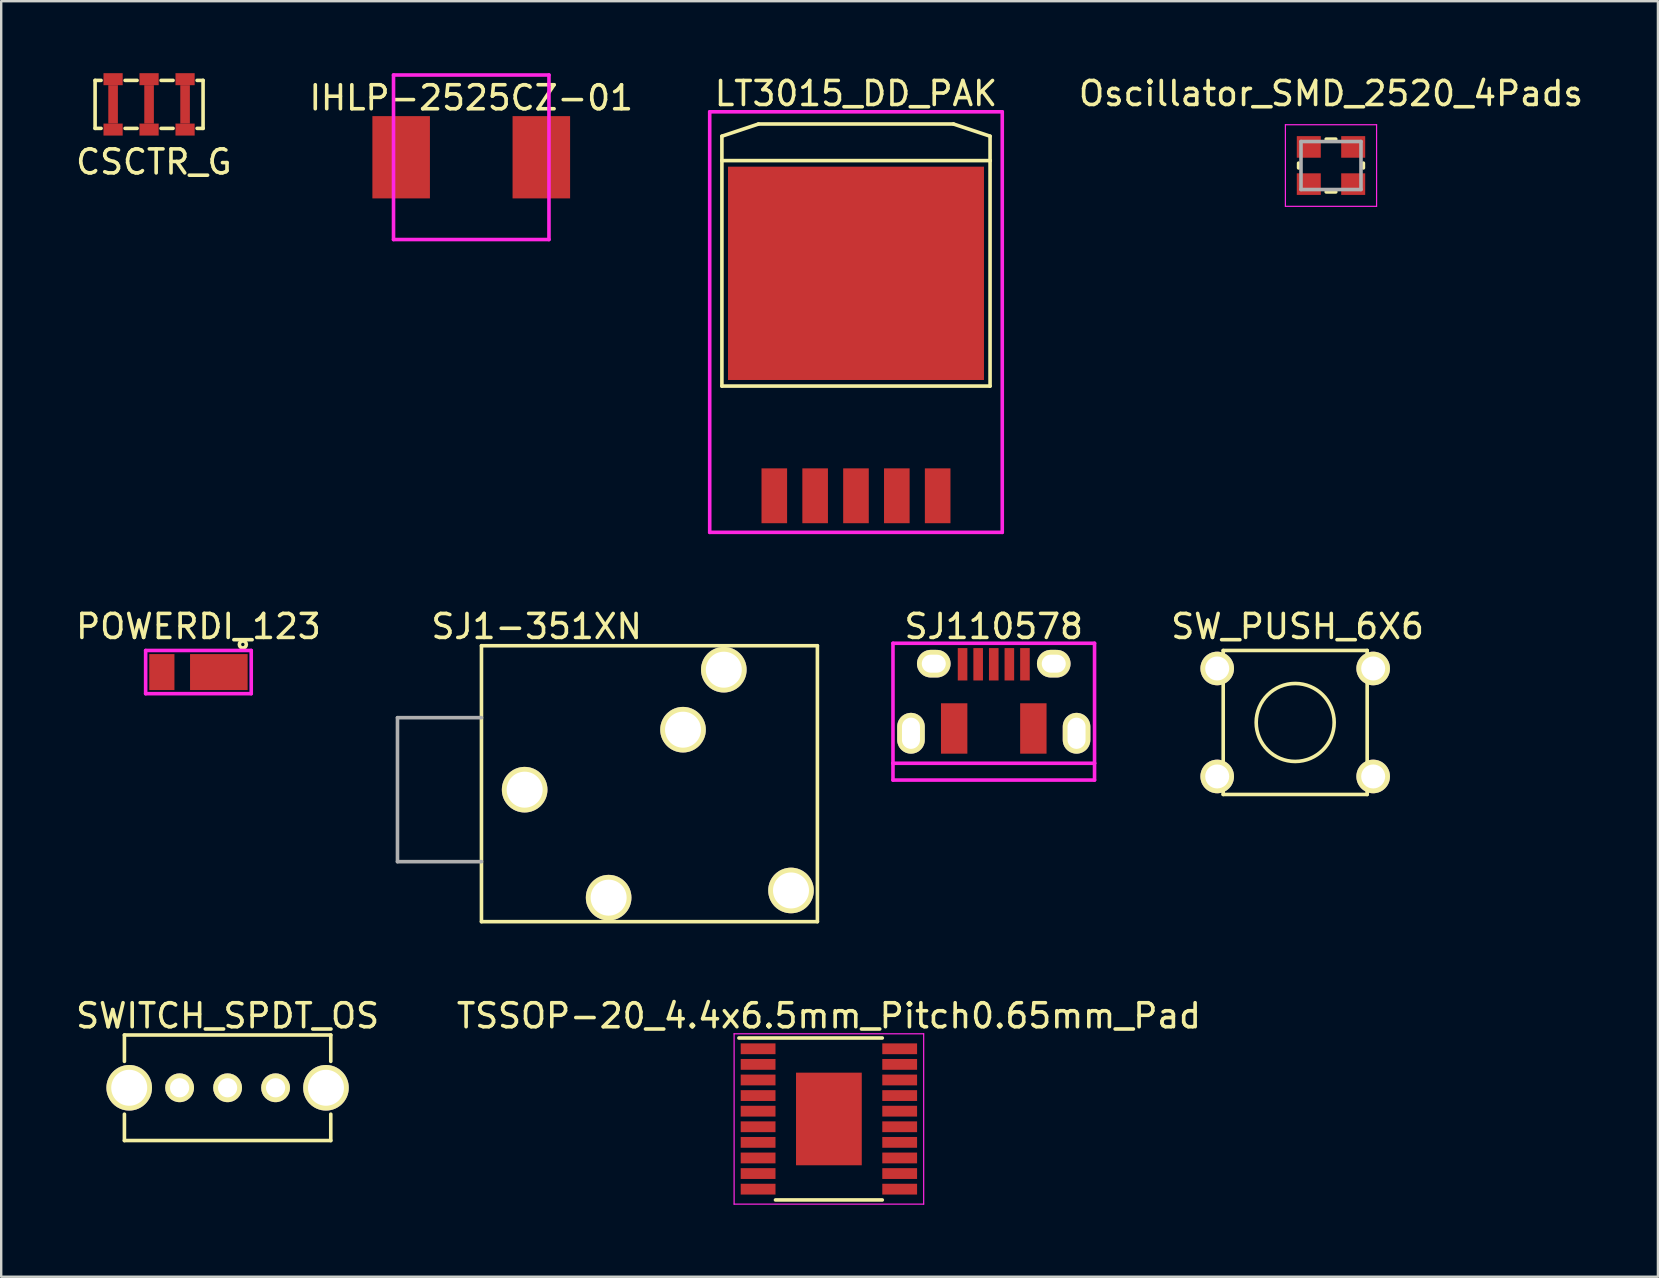
<source format=kicad_pcb>
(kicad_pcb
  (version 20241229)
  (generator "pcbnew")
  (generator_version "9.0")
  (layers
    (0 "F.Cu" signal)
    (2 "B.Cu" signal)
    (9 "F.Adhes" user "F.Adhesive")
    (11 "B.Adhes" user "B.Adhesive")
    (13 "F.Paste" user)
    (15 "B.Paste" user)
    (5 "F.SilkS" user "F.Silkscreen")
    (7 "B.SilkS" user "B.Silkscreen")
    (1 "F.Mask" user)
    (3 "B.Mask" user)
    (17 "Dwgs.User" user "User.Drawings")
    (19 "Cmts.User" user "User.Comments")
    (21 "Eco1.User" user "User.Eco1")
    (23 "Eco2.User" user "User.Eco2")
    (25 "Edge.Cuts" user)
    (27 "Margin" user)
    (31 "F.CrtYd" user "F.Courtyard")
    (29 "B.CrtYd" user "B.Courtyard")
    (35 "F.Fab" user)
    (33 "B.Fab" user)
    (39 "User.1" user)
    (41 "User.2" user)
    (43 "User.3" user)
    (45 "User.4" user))
  (footprint "IHLP-2525CZ-01"
    (layer "F.Cu")
    (at 16.589 3.504)
    (property "Reference" "IHLP-2525CZ-01" (at 0 -2.477 0) (layer "F.SilkS") (effects (font (size 1 1) (thickness 0.15))))
    (attr through_hole)
    (fp_line (start -3.239 -3.429) (end 3.239 -3.429) (stroke (width 0.15) (type solid)) (layer "F.CrtYd"))
    (fp_line (start -3.239 3.429) (end -3.239 -3.429) (stroke (width 0.15) (type solid)) (layer "F.CrtYd"))
    (fp_line (start 3.239 -3.429) (end 3.239 3.429) (stroke (width 0.15) (type solid)) (layer "F.CrtYd"))
    (fp_line (start 3.239 3.429) (end -3.239 3.429) (stroke (width 0.15) (type solid)) (layer "F.CrtYd"))
    (pad "1" smd rect (at -2.921 0) (size 2.398 3.429) (layers "F.Cu" "F.Mask" "F.Paste"))
    (pad "2" smd rect (at 2.921 0) (size 2.398 3.429) (layers "F.Cu" "F.Mask" "F.Paste")))
  (footprint "TSSOP-20_4.4x6.5mm_Pitch0.65mm_Pad"
    (layer "F.Cu")
    (at 31.494 43.583)
    (property "Reference" "TSSOP-20_4.4x6.5mm_Pitch0.65mm_Pad" (at 0 -4.3 0) (layer "F.SilkS") (effects (font (size 1 1) (thickness 0.15))))
    (attr smd)
    (fp_line (start -3.75 -3.375) (end 2.225 -3.375) (stroke (width 0.15) (type solid)) (layer "F.SilkS"))
    (fp_line (start -2.225 3.375) (end 2.225 3.375) (stroke (width 0.15) (type solid)) (layer "F.SilkS"))
    (fp_line (start -3.95 -3.55) (end -3.95 3.55) (stroke (width 0.05) (type solid)) (layer "F.CrtYd"))
    (fp_line (start -3.95 -3.55) (end 3.95 -3.55) (stroke (width 0.05) (type solid)) (layer "F.CrtYd"))
    (fp_line (start -3.95 3.55) (end 3.95 3.55) (stroke (width 0.05) (type solid)) (layer "F.CrtYd"))
    (fp_line (start 3.95 -3.55) (end 3.95 3.55) (stroke (width 0.05) (type solid)) (layer "F.CrtYd"))
    (pad "1" smd rect (at -2.95 -2.925) (size 1.45 0.45) (layers "F.Cu" "F.Mask" "F.Paste"))
    (pad "2" smd rect (at -2.95 -2.275) (size 1.45 0.45) (layers "F.Cu" "F.Mask" "F.Paste"))
    (pad "3" smd rect (at -2.95 -1.625) (size 1.45 0.45) (layers "F.Cu" "F.Mask" "F.Paste"))
    (pad "4" smd rect (at -2.95 -0.975) (size 1.45 0.45) (layers "F.Cu" "F.Mask" "F.Paste"))
    (pad "5" smd rect (at -2.95 -0.325) (size 1.45 0.45) (layers "F.Cu" "F.Mask" "F.Paste"))
    (pad "6" smd rect (at -2.95 0.325) (size 1.45 0.45) (layers "F.Cu" "F.Mask" "F.Paste"))
    (pad "7" smd rect (at -2.95 0.975) (size 1.45 0.45) (layers "F.Cu" "F.Mask" "F.Paste"))
    (pad "8" smd rect (at -2.95 1.625) (size 1.45 0.45) (layers "F.Cu" "F.Mask" "F.Paste"))
    (pad "9" smd rect (at -2.95 2.275) (size 1.45 0.45) (layers "F.Cu" "F.Mask" "F.Paste"))
    (pad "10" smd rect (at -2.95 2.925) (size 1.45 0.45) (layers "F.Cu" "F.Mask" "F.Paste"))
    (pad "11" smd rect (at 2.95 2.925) (size 1.45 0.45) (layers "F.Cu" "F.Mask" "F.Paste"))
    (pad "12" smd rect (at 2.95 2.275) (size 1.45 0.45) (layers "F.Cu" "F.Mask" "F.Paste"))
    (pad "13" smd rect (at 2.95 1.625) (size 1.45 0.45) (layers "F.Cu" "F.Mask" "F.Paste"))
    (pad "14" smd rect (at 2.95 0.975) (size 1.45 0.45) (layers "F.Cu" "F.Mask" "F.Paste"))
    (pad "15" smd rect (at 2.95 0.325) (size 1.45 0.45) (layers "F.Cu" "F.Mask" "F.Paste"))
    (pad "16" smd rect (at 2.95 -0.325) (size 1.45 0.45) (layers "F.Cu" "F.Mask" "F.Paste"))
    (pad "17" smd rect (at 2.95 -0.975) (size 1.45 0.45) (layers "F.Cu" "F.Mask" "F.Paste"))
    (pad "18" smd rect (at 2.95 -1.625) (size 1.45 0.45) (layers "F.Cu" "F.Mask" "F.Paste"))
    (pad "19" smd rect (at 2.95 -2.275) (size 1.45 0.45) (layers "F.Cu" "F.Mask" "F.Paste"))
    (pad "20" smd rect (at 2.95 -2.925) (size 1.45 0.45) (layers "F.Cu" "F.Mask" "F.Paste"))
    (pad "PAD" smd rect (at 0 0) (size 2.74 3.86) (layers "F.Cu" "F.Mask" "F.Paste")))
  (footprint "SW_PUSH_6X6"
    (layer "F.Cu")
    (at 50.927 27.059)
    (property "Reference" "SW_PUSH_6X6" (at 0.1 -4 0) (layer "F.SilkS") (effects (font (size 1 1) (thickness 0.15))))
    (attr through_hole)
    (fp_line (start -3 -3) (end -3 3) (stroke (width 0.15) (type solid)) (layer "F.SilkS"))
    (fp_line (start -3 -3) (end 3 -3) (stroke (width 0.15) (type solid)) (layer "F.SilkS"))
    (fp_line (start 3 -3) (end 3 3) (stroke (width 0.15) (type solid)) (layer "F.SilkS"))
    (fp_line (start 3 3) (end -3 3) (stroke (width 0.15) (type solid)) (layer "F.SilkS"))
    (fp_circle (center 0 0) (end 0 -1.625) (stroke (width 0.15) (type solid)) (fill no) (layer "F.SilkS"))
    (pad "1" thru_hole circle (at -3.25 -2.25) (size 1.4 1.4) (drill 1) (layers "*.Cu" "*.Mask" "F.SilkS"))
    (pad "1" thru_hole circle (at 3.25 -2.25) (size 1.4 1.4) (drill 1) (layers "*.Cu" "*.Mask" "F.SilkS"))
    (pad "2" thru_hole circle (at -3.25 2.25) (size 1.4 1.4) (drill 1) (layers "*.Cu" "*.Mask" "F.SilkS"))
    (pad "2" thru_hole circle (at 3.25 2.25) (size 1.4 1.4) (drill 1) (layers "*.Cu" "*.Mask" "F.SilkS")))
  (footprint "CSCTR_G"
    (layer "F.Cu")
    (at 3.163 1.3)
    (property "Reference" "CSCTR_G" (at 0.2 2.4 0) (layer "F.SilkS") (effects (font (size 1 1) (thickness 0.15))))
    (attr through_hole)
    (fp_line (start -2.25 -1) (end -2.25 1) (stroke (width 0.15) (type solid)) (layer "F.SilkS"))
    (fp_line (start -2.25 -1) (end -2 -1) (stroke (width 0.15) (type solid)) (layer "F.SilkS"))
    (fp_line (start -2.25 1) (end -2 1) (stroke (width 0.15) (type solid)) (layer "F.SilkS"))
    (fp_line (start -1 -1) (end -0.5 -1) (stroke (width 0.15) (type solid)) (layer "F.SilkS"))
    (fp_line (start -1 1) (end -0.5 1) (stroke (width 0.15) (type solid)) (layer "F.SilkS"))
    (fp_line (start 0.5 -1) (end 1 -1) (stroke (width 0.15) (type solid)) (layer "F.SilkS"))
    (fp_line (start 0.5 1) (end 1 1) (stroke (width 0.15) (type solid)) (layer "F.SilkS"))
    (fp_line (start 2 -1) (end 2.25 -1) (stroke (width 0.15) (type solid)) (layer "F.SilkS"))
    (fp_line (start 2.25 -1) (end 2.25 1) (stroke (width 0.15) (type solid)) (layer "F.SilkS"))
    (fp_line (start 2.25 1) (end 2 1) (stroke (width 0.15) (type solid)) (layer "F.SilkS"))
    (pad "1" smd rect (at 1.5 -1.05) (size 0.8 0.5) (layers "F.Cu" "F.Mask" "F.Paste"))
    (pad "1" smd rect (at 1.5 0) (size 0.4 1.6) (layers "F.Cu" "F.Mask" "F.Paste"))
    (pad "1" smd rect (at 1.5 1.05) (size 0.8 0.5) (layers "F.Cu" "F.Mask" "F.Paste"))
    (pad "2" smd rect (at 0 -1.05) (size 0.8 0.5) (layers "F.Cu" "F.Mask" "F.Paste"))
    (pad "2" smd rect (at 0 0) (size 0.4 1.6) (layers "F.Cu" "F.Mask" "F.Paste"))
    (pad "2" smd rect (at 0 1.05) (size 0.8 0.5) (layers "F.Cu" "F.Mask" "F.Paste"))
    (pad "3" smd rect (at -1.5 -1.05) (size 0.8 0.5) (layers "F.Cu" "F.Mask" "F.Paste"))
    (pad "3" smd rect (at -1.5 0) (size 0.4 1.6) (layers "F.Cu" "F.Mask" "F.Paste"))
    (pad "3" smd rect (at -1.5 1.05) (size 0.8 0.5) (layers "F.Cu" "F.Mask" "F.Paste")))
  (footprint "SJ1-351XN"
    (layer "F.Cu")
    (at 17.015 29.86)
    (property "Reference" "SJ1-351XN" (at 2.3 -6.8 0) (layer "F.SilkS") (effects (font (size 1 1) (thickness 0.15))))
    (attr through_hole)
    (fp_line (start 0 -6) (end 14 -6) (stroke (width 0.15) (type solid)) (layer "F.SilkS"))
    (fp_line (start 0 5.5) (end 0 -6) (stroke (width 0.15) (type solid)) (layer "F.SilkS"))
    (fp_line (start 14 -6) (end 14 5.5) (stroke (width 0.15) (type solid)) (layer "F.SilkS"))
    (fp_line (start 14 5.5) (end 0 5.5) (stroke (width 0.15) (type solid)) (layer "F.SilkS"))
    (fp_line (start -3.5 -3) (end -3.5 3) (stroke (width 0.15) (type solid)) (layer "F.Fab"))
    (fp_line (start -3.5 3) (end 0 3) (stroke (width 0.15) (type solid)) (layer "F.Fab"))
    (fp_line (start 0 -3) (end -3.5 -3) (stroke (width 0.15) (type solid)) (layer "F.Fab"))
    (pad "1" thru_hole circle (at 1.8 0) (size 1.9 1.9) (drill 1.5) (layers "*.Cu" "*.Mask" "F.SilkS"))
    (pad "2" thru_hole circle (at 5.3 4.5) (size 1.9 1.9) (drill 1.5) (layers "*.Cu" "*.Mask" "F.SilkS"))
    (pad "3" thru_hole circle (at 10.1 -5) (size 1.9 1.9) (drill 1.5) (layers "*.Cu" "*.Mask" "F.SilkS"))
    (pad "4" thru_hole circle (at 12.9 4.2) (size 1.9 1.9) (drill 1.5) (layers "*.Cu" "*.Mask" "F.SilkS"))
    (pad "5" thru_hole circle (at 8.4 -2.5) (size 1.9 1.9) (drill 1.5) (layers "*.Cu" "*.Mask" "F.SilkS")))
  (footprint "SJ110578"
    (layer "F.Cu")
    (at 38.365 28.759)
    (property "Reference" "SJ110578" (at 0 -5.7 0) (layer "F.SilkS") (effects (font (size 1 1) (thickness 0.15))))
    (attr through_hole)
    (fp_line (start -4.2 -5) (end 4.2 -5) (stroke (width 0.15) (type solid)) (layer "F.CrtYd"))
    (fp_line (start -4.2 0) (end -4.2 -5) (stroke (width 0.15) (type solid)) (layer "F.CrtYd"))
    (fp_line (start -4.2 0) (end -4.2 0.7) (stroke (width 0.15) (type solid)) (layer "F.CrtYd"))
    (fp_line (start -4.2 0.7) (end 4.2 0.7) (stroke (width 0.15) (type solid)) (layer "F.CrtYd"))
    (fp_line (start 4.2 -5) (end 4.2 0) (stroke (width 0.15) (type solid)) (layer "F.CrtYd"))
    (fp_line (start 4.2 0) (end -4.2 0) (stroke (width 0.15) (type solid)) (layer "F.CrtYd"))
    (fp_line (start 4.2 0.7) (end 4.2 0) (stroke (width 0.15) (type solid)) (layer "F.CrtYd"))
    (pad "1" smd rect (at -1.3 -4.125) (size 0.4 1.35) (layers "F.Cu" "F.Mask" "F.Paste"))
    (pad "2" smd rect (at -0.65 -4.125) (size 0.4 1.35) (layers "F.Cu" "F.Mask" "F.Paste"))
    (pad "3" smd rect (at 0 -4.125) (size 0.4 1.35) (layers "F.Cu" "F.Mask" "F.Paste"))
    (pad "4" smd rect (at 0.65 -4.125) (size 0.4 1.35) (layers "F.Cu" "F.Mask" "F.Paste"))
    (pad "5" smd rect (at 1.3 -4.125) (size 0.4 1.35) (layers "F.Cu" "F.Mask" "F.Paste"))
    (pad "6" thru_hole oval (at -2.5 -4.15) (size 1.4 1.15) (drill oval 1 0.75) (layers "*.Cu" "*.Mask" "F.SilkS"))
    (pad "7" thru_hole oval (at 2.5 -4.15) (size 1.4 1.15) (drill oval 1 0.75) (layers "*.Cu" "*.Mask" "F.SilkS"))
    (pad "8" smd rect (at -1.65 -1.45) (size 1.1 2.1) (layers "F.Cu" "F.Mask" "F.Paste"))
    (pad "9" smd rect (at 1.65 -1.45) (size 1.1 2.1) (layers "F.Cu" "F.Mask" "F.Paste"))
    (pad "10" thru_hole oval (at -3.45 -1.25) (size 1.15 1.7) (drill oval 0.75 1.3) (layers "*.Cu" "*.Mask" "F.SilkS"))
    (pad "11" thru_hole oval (at 3.45 -1.25) (size 1.15 1.7) (drill oval 0.75 1.3) (layers "*.Cu" "*.Mask" "F.SilkS")))
  (footprint "Oscillator_SMD_2520_4Pads"
    (layer "F.Cu")
    (at 52.419 3.848)
    (property "Reference" "Oscillator_SMD_2520_4Pads" (at 0 -3 0) (layer "F.SilkS") (effects (font (size 1 1) (thickness 0.15))))
    (attr smd)
    (fp_line (start -1.35 0.1) (end -1.35 -0.1) (stroke (width 0.15) (type solid)) (layer "F.SilkS"))
    (fp_line (start -0.2 -1.1) (end 0.2 -1.1) (stroke (width 0.15) (type solid)) (layer "F.SilkS"))
    (fp_line (start 0.2 1.1) (end -0.2 1.1) (stroke (width 0.15) (type solid)) (layer "F.SilkS"))
    (fp_line (start 1.35 0.1) (end 1.35 -0.1) (stroke (width 0.15) (type solid)) (layer "F.SilkS"))
    (fp_line (start -1.9 -1.7) (end -1.9 1.7) (stroke (width 0.05) (type solid)) (layer "F.CrtYd"))
    (fp_line (start -1.9 1.7) (end 1.9 1.7) (stroke (width 0.05) (type solid)) (layer "F.CrtYd"))
    (fp_line (start 1.9 -1.7) (end -1.9 -1.7) (stroke (width 0.05) (type solid)) (layer "F.CrtYd"))
    (fp_line (start 1.9 1.7) (end 1.9 -1.7) (stroke (width 0.05) (type solid)) (layer "F.CrtYd"))
    (fp_line (start -1.25 -1) (end -1.25 1) (stroke (width 0.15) (type solid)) (layer "F.Fab"))
    (fp_line (start -1.25 1) (end 1.25 1) (stroke (width 0.15) (type solid)) (layer "F.Fab"))
    (fp_line (start 1.25 -1) (end -1.25 -1) (stroke (width 0.15) (type solid)) (layer "F.Fab"))
    (fp_line (start 1.25 1) (end 1.25 -1) (stroke (width 0.15) (type solid)) (layer "F.Fab"))
    (pad "1" smd rect (at -0.925 0.775) (size 1 0.9) (layers "F.Cu" "F.Mask" "F.Paste"))
    (pad "2" smd rect (at 0.925 0.775) (size 1 0.9) (layers "F.Cu" "F.Mask" "F.Paste"))
    (pad "3" smd rect (at 0.925 -0.775) (size 1 0.9) (layers "F.Cu" "F.Mask" "F.Paste"))
    (pad "4" smd rect (at -0.925 -0.775) (size 1 0.9) (layers "F.Cu" "F.Mask" "F.Paste")))
  (footprint "POWERDI_123"
    (layer "F.Cu")
    (at 5.22 24.959)
    (property "Reference" "POWERDI_123" (at 0 -1.9 0) (layer "F.SilkS") (effects (font (size 1 1) (thickness 0.15))))
    (attr through_hole)
    (fp_circle (center 1.85 -1.15) (end 1.9 -1.1) (stroke (width 0.15) (type solid)) (fill no) (layer "F.SilkS"))
    (fp_line (start -2.2 -0.9) (end 2.2 -0.9) (stroke (width 0.15) (type solid)) (layer "F.CrtYd"))
    (fp_line (start -2.2 0.9) (end -2.2 -0.9) (stroke (width 0.15) (type solid)) (layer "F.CrtYd"))
    (fp_line (start 2.2 -0.9) (end 2.2 0.9) (stroke (width 0.15) (type solid)) (layer "F.CrtYd"))
    (fp_line (start 2.2 0.9) (end -2.2 0.9) (stroke (width 0.15) (type solid)) (layer "F.CrtYd"))
    (pad "1" smd rect (at 0.85 0) (size 2.4 1.5) (layers "F.Cu" "F.Mask" "F.Paste"))
    (pad "2" smd rect (at -1.525 0) (size 1.05 1.5) (layers "F.Cu" "F.Mask" "F.Paste")))
  (footprint "SWITCH_SPDT_OS"
    (layer "F.Cu")
    (at 6.435 42.283)
    (property "Reference" "SWITCH_SPDT_OS" (at 0 -3 0) (layer "F.SilkS") (effects (font (size 1 1) (thickness 0.15))))
    (attr through_hole)
    (fp_line (start -4.3 -2.2) (end -4.3 -1.1) (stroke (width 0.15) (type solid)) (layer "F.SilkS"))
    (fp_line (start -4.3 1.1) (end -4.3 2.2) (stroke (width 0.15) (type solid)) (layer "F.SilkS"))
    (fp_line (start -4.3 2.2) (end 4.3 2.2) (stroke (width 0.15) (type solid)) (layer "F.SilkS"))
    (fp_line (start 4.3 -2.2) (end -4.3 -2.2) (stroke (width 0.15) (type solid)) (layer "F.SilkS"))
    (fp_line (start 4.3 -1.1) (end 4.3 -2.2) (stroke (width 0.15) (type solid)) (layer "F.SilkS"))
    (fp_line (start 4.3 2.2) (end 4.3 1.1) (stroke (width 0.15) (type solid)) (layer "F.SilkS"))
    (pad "1" thru_hole circle (at -2 0) (size 1.2 1.2) (drill 0.8) (layers "*.Cu" "*.Mask" "F.SilkS"))
    (pad "2" thru_hole circle (at 0 0) (size 1.2 1.2) (drill 0.8) (layers "*.Cu" "*.Mask" "F.SilkS"))
    (pad "3" thru_hole circle (at 2 0) (size 1.2 1.2) (drill 0.8) (layers "*.Cu" "*.Mask" "F.SilkS"))
    (pad "4" thru_hole circle (at -4.1 0) (size 1.9 1.9) (drill 1.5) (layers "*.Cu" "*.Mask" "F.SilkS"))
    (pad "5" thru_hole circle (at 4.1 0) (size 1.9 1.9) (drill 1.5) (layers "*.Cu" "*.Mask" "F.SilkS")))
  (footprint "LT3015_DD_PAK"
    (layer "F.Cu")
    (at 32.623 3.896)
    (property "Reference" "LT3015_DD_PAK" (at 0 -3.048 0) (layer "F.SilkS") (effects (font (size 1 1) (thickness 0.15))))
    (attr through_hole)
    (fp_line (start -5.588 -1.27) (end -4.064 -1.778) (stroke (width 0.15) (type solid)) (layer "F.SilkS"))
    (fp_line (start -5.588 -0.254) (end -5.588 -1.27) (stroke (width 0.15) (type solid)) (layer "F.SilkS"))
    (fp_line (start -5.588 -0.254) (end -5.588 9.144) (stroke (width 0.15) (type solid)) (layer "F.SilkS"))
    (fp_line (start -5.588 9.144) (end 5.588 9.144) (stroke (width 0.15) (type solid)) (layer "F.SilkS"))
    (fp_line (start -4.064 -1.778) (end 4.064 -1.778) (stroke (width 0.15) (type solid)) (layer "F.SilkS"))
    (fp_line (start 4.064 -1.778) (end 5.588 -1.27) (stroke (width 0.15) (type solid)) (layer "F.SilkS"))
    (fp_line (start 5.588 -1.27) (end 5.588 -0.254) (stroke (width 0.15) (type solid)) (layer "F.SilkS"))
    (fp_line (start 5.588 -0.254) (end -5.588 -0.254) (stroke (width 0.15) (type solid)) (layer "F.SilkS"))
    (fp_line (start 5.588 9.144) (end 5.588 -0.254) (stroke (width 0.15) (type solid)) (layer "F.SilkS"))
    (fp_line (start -6.096 -2.286) (end 6.096 -2.286) (stroke (width 0.15) (type solid)) (layer "F.CrtYd"))
    (fp_line (start -6.096 15.24) (end -6.096 -2.286) (stroke (width 0.15) (type solid)) (layer "F.CrtYd"))
    (fp_line (start 6.096 -2.286) (end 6.096 15.24) (stroke (width 0.15) (type solid)) (layer "F.CrtYd"))
    (fp_line (start 6.096 15.24) (end -6.096 15.24) (stroke (width 0.15) (type solid)) (layer "F.CrtYd"))
    (pad "1" smd rect (at -3.404 13.716) (size 1.067 2.286) (layers "F.Cu" "F.Mask" "F.Paste"))
    (pad "2" smd rect (at -1.702 13.716) (size 1.067 2.286) (layers "F.Cu" "F.Mask" "F.Paste"))
    (pad "3" smd rect (at 0 13.716) (size 1.067 2.286) (layers "F.Cu" "F.Mask" "F.Paste"))
    (pad "4" smd rect (at 1.702 13.716) (size 1.067 2.286) (layers "F.Cu" "F.Mask" "F.Paste"))
    (pad "5" smd rect (at 3.404 13.716) (size 1.067 2.286) (layers "F.Cu" "F.Mask" "F.Paste"))
    (pad "6" smd rect (at 0 4.445) (size 10.668 8.89) (layers "F.Cu" "F.Mask" "F.Paste")))
  (gr_rect
    (start -3 -3)
    (end 66.044 50.158)
    (stroke (width 0.1) (type default))
    (fill no)
    (layer "Edge.Cuts")))
</source>
